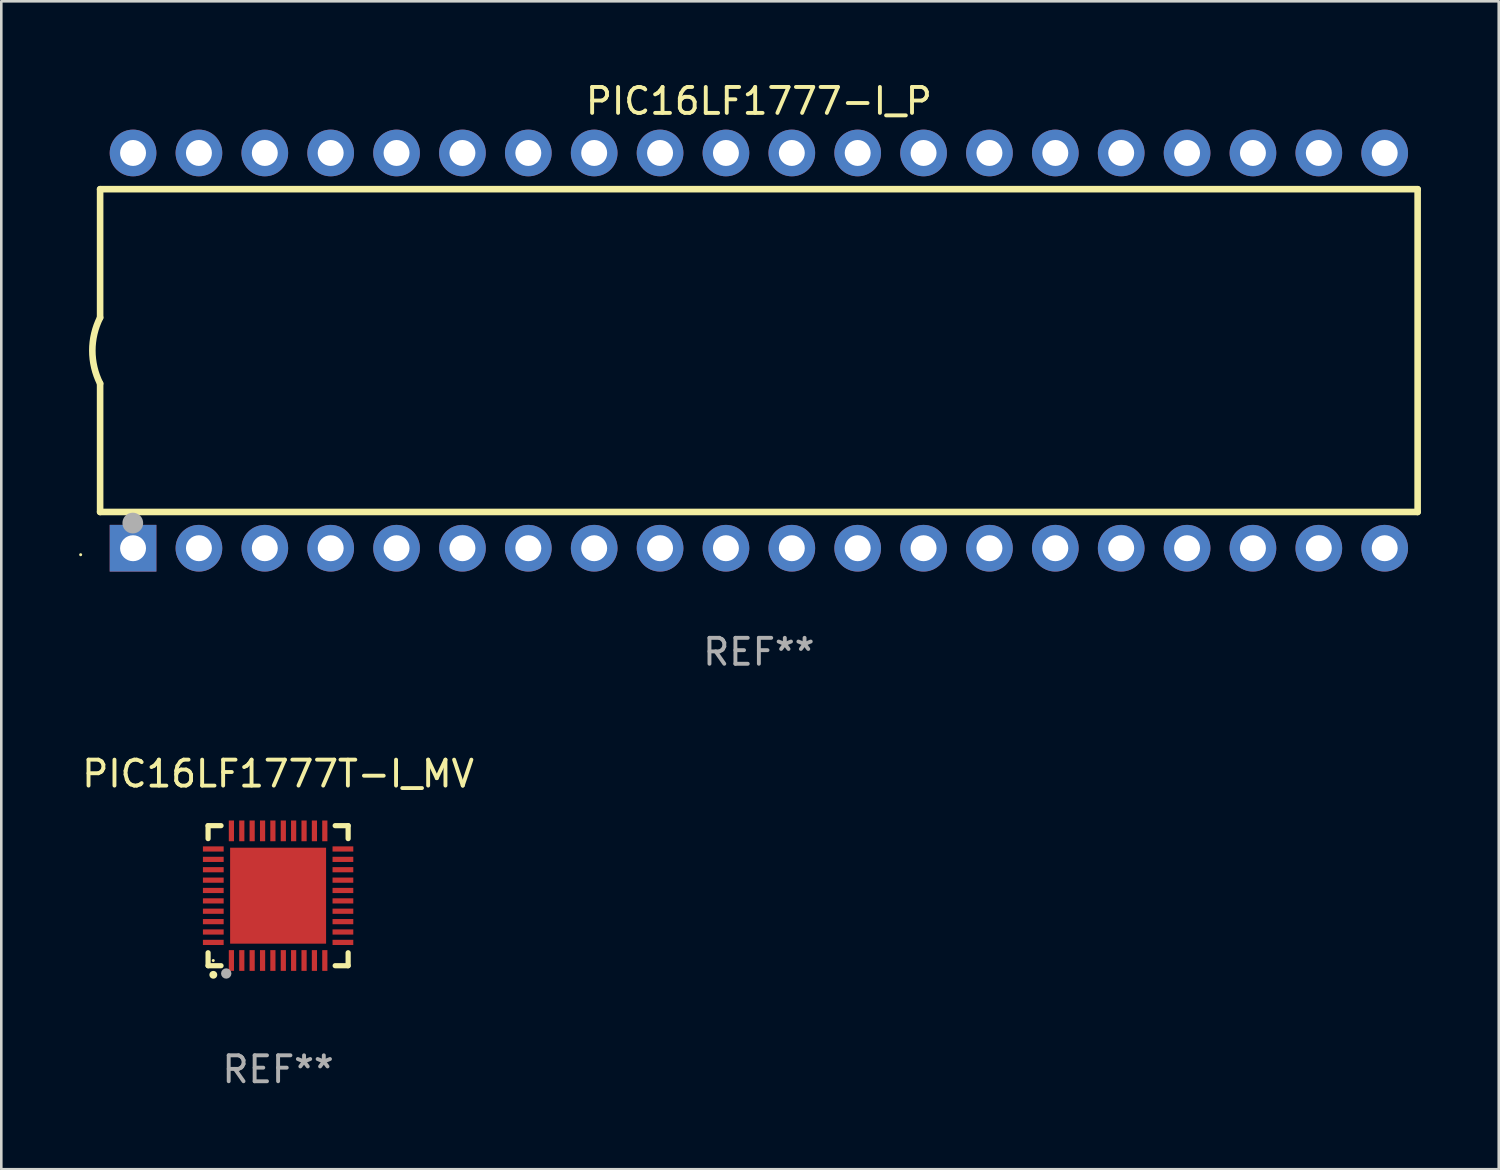
<source format=kicad_pcb>
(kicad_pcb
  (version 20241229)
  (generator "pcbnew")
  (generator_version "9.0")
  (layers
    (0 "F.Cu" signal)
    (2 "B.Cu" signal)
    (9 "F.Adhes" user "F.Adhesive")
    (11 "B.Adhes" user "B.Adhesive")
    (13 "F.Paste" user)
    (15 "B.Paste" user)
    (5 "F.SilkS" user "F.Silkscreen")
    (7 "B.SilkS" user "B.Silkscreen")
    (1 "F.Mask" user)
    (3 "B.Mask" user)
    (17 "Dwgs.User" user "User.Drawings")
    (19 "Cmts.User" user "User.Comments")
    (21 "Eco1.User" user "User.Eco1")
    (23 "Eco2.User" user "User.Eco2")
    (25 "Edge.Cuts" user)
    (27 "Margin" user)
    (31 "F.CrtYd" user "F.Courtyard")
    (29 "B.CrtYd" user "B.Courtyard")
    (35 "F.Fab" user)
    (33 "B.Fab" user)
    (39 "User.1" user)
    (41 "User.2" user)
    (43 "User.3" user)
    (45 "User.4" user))
  (footprint "PIC16LF1777T-I_MV"
    (layer "F.Cu")
    (at 7.673 31.485)
    (property "Reference" "PIC16LF1777T-I_MV" (at 0 -4.7 0) (layer "F.SilkS") (effects (font (size 1 1) (thickness 0.15))))
    (attr through_hole)
    (fp_line (start -2.7 -2.7) (end -2.7 -2.2) (stroke (width 0.2) (type solid)) (layer "F.SilkS"))
    (fp_line (start -2.7 2.7) (end -2.7 2.2) (stroke (width 0.2) (type solid)) (layer "F.SilkS"))
    (fp_line (start -2.2 -2.7) (end -2.7 -2.7) (stroke (width 0.2) (type solid)) (layer "F.SilkS"))
    (fp_line (start -2.2 2.7) (end -2.7 2.7) (stroke (width 0.2) (type solid)) (layer "F.SilkS"))
    (fp_line (start 2.7 -2.7) (end 2.2 -2.7) (stroke (width 0.2) (type solid)) (layer "F.SilkS"))
    (fp_line (start 2.7 -2.2) (end 2.7 -2.7) (stroke (width 0.2) (type solid)) (layer "F.SilkS"))
    (fp_line (start 2.7 2.2) (end 2.7 2.7) (stroke (width 0.2) (type solid)) (layer "F.SilkS"))
    (fp_line (start 2.7 2.7) (end 2.2 2.7) (stroke (width 0.2) (type solid)) (layer "F.SilkS"))
    (fp_arc (start -2.499365 3.050546) (mid -2.498095 3.050541) (end -2.496825 3.050546) (stroke (width 0.3) (type solid)) (layer "F.SilkS"))
    (fp_circle (center -2.5 2.5) (end -2.47 2.5) (stroke (width 0.06) (type solid)) (fill no) (layer "F.SilkS"))
    (fp_circle (center -2 3) (end -1.9 3) (stroke (width 0.2) (type solid)) (fill no) (layer "F.Fab"))
    (fp_text user "REF**" (at 0 6.7 0) (layer "F.Fab") (effects (font (size 1 1) (thickness 0.15))))
    (pad "1" smd rect (at -1.801 2.499) (size 0.2 0.8) (layers "F.Cu" "F.Mask" "F.Paste"))
    (pad "2" smd rect (at -1.4 2.499) (size 0.2 0.8) (layers "F.Cu" "F.Mask" "F.Paste"))
    (pad "3" smd rect (at -1.001 2.499) (size 0.2 0.8) (layers "F.Cu" "F.Mask" "F.Paste"))
    (pad "4" smd rect (at -0.599 2.499) (size 0.2 0.8) (layers "F.Cu" "F.Mask" "F.Paste"))
    (pad "5" smd rect (at -0.201 2.499) (size 0.2 0.8) (layers "F.Cu" "F.Mask" "F.Paste"))
    (pad "6" smd rect (at 0.201 2.499) (size 0.2 0.8) (layers "F.Cu" "F.Mask" "F.Paste"))
    (pad "7" smd rect (at 0.599 2.499) (size 0.2 0.8) (layers "F.Cu" "F.Mask" "F.Paste"))
    (pad "8" smd rect (at 1.001 2.499) (size 0.2 0.8) (layers "F.Cu" "F.Mask" "F.Paste"))
    (pad "9" smd rect (at 1.4 2.499) (size 0.2 0.8) (layers "F.Cu" "F.Mask" "F.Paste"))
    (pad "10" smd rect (at 1.801 2.499) (size 0.2 0.8) (layers "F.Cu" "F.Mask" "F.Paste"))
    (pad "11" smd rect (at 2.499 1.801) (size 0.8 0.2) (layers "F.Cu" "F.Mask" "F.Paste"))
    (pad "12" smd rect (at 2.499 1.4) (size 0.8 0.2) (layers "F.Cu" "F.Mask" "F.Paste"))
    (pad "13" smd rect (at 2.499 1.001) (size 0.8 0.2) (layers "F.Cu" "F.Mask" "F.Paste"))
    (pad "14" smd rect (at 2.499 0.599) (size 0.8 0.2) (layers "F.Cu" "F.Mask" "F.Paste"))
    (pad "15" smd rect (at 2.499 0.201) (size 0.8 0.2) (layers "F.Cu" "F.Mask" "F.Paste"))
    (pad "16" smd rect (at 2.499 -0.201) (size 0.8 0.2) (layers "F.Cu" "F.Mask" "F.Paste"))
    (pad "17" smd rect (at 2.499 -0.599) (size 0.8 0.2) (layers "F.Cu" "F.Mask" "F.Paste"))
    (pad "18" smd rect (at 2.499 -1.001) (size 0.8 0.2) (layers "F.Cu" "F.Mask" "F.Paste"))
    (pad "19" smd rect (at 2.499 -1.4) (size 0.8 0.2) (layers "F.Cu" "F.Mask" "F.Paste"))
    (pad "20" smd rect (at 2.499 -1.801) (size 0.8 0.2) (layers "F.Cu" "F.Mask" "F.Paste"))
    (pad "21" smd rect (at 1.801 -2.499) (size 0.2 0.8) (layers "F.Cu" "F.Mask" "F.Paste"))
    (pad "22" smd rect (at 1.4 -2.499) (size 0.2 0.8) (layers "F.Cu" "F.Mask" "F.Paste"))
    (pad "23" smd rect (at 1.001 -2.499) (size 0.2 0.8) (layers "F.Cu" "F.Mask" "F.Paste"))
    (pad "24" smd rect (at 0.599 -2.499) (size 0.2 0.8) (layers "F.Cu" "F.Mask" "F.Paste"))
    (pad "25" smd rect (at 0.201 -2.499) (size 0.2 0.8) (layers "F.Cu" "F.Mask" "F.Paste"))
    (pad "26" smd rect (at -0.201 -2.499) (size 0.2 0.8) (layers "F.Cu" "F.Mask" "F.Paste"))
    (pad "27" smd rect (at -0.599 -2.499) (size 0.2 0.8) (layers "F.Cu" "F.Mask" "F.Paste"))
    (pad "28" smd rect (at -1.001 -2.499) (size 0.2 0.8) (layers "F.Cu" "F.Mask" "F.Paste"))
    (pad "29" smd rect (at -1.4 -2.499) (size 0.2 0.8) (layers "F.Cu" "F.Mask" "F.Paste"))
    (pad "30" smd rect (at -1.801 -2.499) (size 0.2 0.8) (layers "F.Cu" "F.Mask" "F.Paste"))
    (pad "31" smd rect (at -2.499 -1.801) (size 0.8 0.2) (layers "F.Cu" "F.Mask" "F.Paste"))
    (pad "32" smd rect (at -2.499 -1.4) (size 0.8 0.2) (layers "F.Cu" "F.Mask" "F.Paste"))
    (pad "33" smd rect (at -2.499 -1.001) (size 0.8 0.2) (layers "F.Cu" "F.Mask" "F.Paste"))
    (pad "34" smd rect (at -2.499 -0.599) (size 0.8 0.2) (layers "F.Cu" "F.Mask" "F.Paste"))
    (pad "35" smd rect (at -2.499 -0.201) (size 0.8 0.2) (layers "F.Cu" "F.Mask" "F.Paste"))
    (pad "36" smd rect (at -2.499 0.201) (size 0.8 0.2) (layers "F.Cu" "F.Mask" "F.Paste"))
    (pad "37" smd rect (at -2.499 0.599) (size 0.8 0.2) (layers "F.Cu" "F.Mask" "F.Paste"))
    (pad "38" smd rect (at -2.499 1.001) (size 0.8 0.2) (layers "F.Cu" "F.Mask" "F.Paste"))
    (pad "39" smd rect (at -2.499 1.4) (size 0.8 0.2) (layers "F.Cu" "F.Mask" "F.Paste"))
    (pad "40" smd rect (at -2.499 1.801) (size 0.8 0.2) (layers "F.Cu" "F.Mask" "F.Paste"))
    (pad "41" smd rect (at 0 0) (size 3.7 3.7) (layers "F.Cu" "F.Mask" "F.Paste")))
  (footprint "PIC16LF1777-I_P"
    (layer "F.Cu")
    (at 26.21 10.468)
    (property "Reference" "PIC16LF1777-I_P" (at 0 -9.62 0) (layer "F.SilkS") (effects (font (size 1 1) (thickness 0.15))))
    (attr through_hole)
    (fp_line (start -25.4 -6.224) (end -25.4 -1.271) (stroke (width 0.254) (type solid)) (layer "F.SilkS"))
    (fp_line (start -25.4 -6.224) (end 25.4 -6.224) (stroke (width 0.254) (type solid)) (layer "F.SilkS"))
    (fp_line (start -25.4 1.269) (end -25.4 6.222) (stroke (width 0.254) (type solid)) (layer "F.SilkS"))
    (fp_line (start -25.4 6.222) (end 25.4 6.222) (stroke (width 0.254) (type solid)) (layer "F.SilkS"))
    (fp_line (start 25.4 6.222) (end 25.4 -6.224) (stroke (width 0.254) (type solid)) (layer "F.SilkS"))
    (fp_arc (start -25.4 1.269241) (mid -25.699807 -0.000762) (end -25.4 -1.270765) (stroke (width 0.254001) (type solid)) (layer "F.SilkS"))
    (fp_circle (center -26.15 7.87) (end -26.12 7.87) (stroke (width 0.06) (type solid)) (fill no) (layer "F.SilkS"))
    (fp_circle (center -24.14 6.65) (end -23.94 6.65) (stroke (width 0.4) (type solid)) (fill no) (layer "F.Fab"))
    (fp_text user "REF**" (at 0 11.62 0) (layer "F.Fab") (effects (font (size 1 1) (thickness 0.15))))
    (pad "1" thru_hole rect (at -24.13 7.62 90) (size 1.8 1.8) (drill 1) (layers "*.Cu" "*.Mask"))
    (pad "2" thru_hole circle (at -21.59 7.62) (size 1.8 1.8) (drill 1) (layers "*.Cu" "*.Mask"))
    (pad "3" thru_hole circle (at -19.05 7.62) (size 1.8 1.8) (drill 1) (layers "*.Cu" "*.Mask"))
    (pad "4" thru_hole circle (at -16.51 7.62) (size 1.8 1.8) (drill 1) (layers "*.Cu" "*.Mask"))
    (pad "5" thru_hole circle (at -13.97 7.62) (size 1.8 1.8) (drill 1) (layers "*.Cu" "*.Mask"))
    (pad "6" thru_hole circle (at -11.43 7.62) (size 1.8 1.8) (drill 1) (layers "*.Cu" "*.Mask"))
    (pad "7" thru_hole circle (at -8.89 7.62) (size 1.8 1.8) (drill 1) (layers "*.Cu" "*.Mask"))
    (pad "8" thru_hole circle (at -6.35 7.62) (size 1.8 1.8) (drill 1) (layers "*.Cu" "*.Mask"))
    (pad "9" thru_hole circle (at -3.81 7.62) (size 1.8 1.8) (drill 1) (layers "*.Cu" "*.Mask"))
    (pad "10" thru_hole circle (at -1.27 7.62) (size 1.8 1.8) (drill 1) (layers "*.Cu" "*.Mask"))
    (pad "11" thru_hole circle (at 1.27 7.62) (size 1.8 1.8) (drill 1) (layers "*.Cu" "*.Mask"))
    (pad "12" thru_hole circle (at 3.81 7.62) (size 1.8 1.8) (drill 1) (layers "*.Cu" "*.Mask"))
    (pad "13" thru_hole circle (at 6.35 7.62) (size 1.8 1.8) (drill 1) (layers "*.Cu" "*.Mask"))
    (pad "14" thru_hole circle (at 8.89 7.62) (size 1.8 1.8) (drill 1) (layers "*.Cu" "*.Mask"))
    (pad "15" thru_hole circle (at 11.43 7.62) (size 1.8 1.8) (drill 1) (layers "*.Cu" "*.Mask"))
    (pad "16" thru_hole circle (at 13.97 7.62) (size 1.8 1.8) (drill 1) (layers "*.Cu" "*.Mask"))
    (pad "17" thru_hole circle (at 16.51 7.62) (size 1.8 1.8) (drill 1) (layers "*.Cu" "*.Mask"))
    (pad "18" thru_hole circle (at 19.05 7.62) (size 1.8 1.8) (drill 1) (layers "*.Cu" "*.Mask"))
    (pad "19" thru_hole circle (at 21.59 7.62) (size 1.8 1.8) (drill 1) (layers "*.Cu" "*.Mask"))
    (pad "20" thru_hole circle (at 24.13 7.62) (size 1.8 1.8) (drill 1) (layers "*.Cu" "*.Mask"))
    (pad "21" thru_hole circle (at 24.13 -7.62) (size 1.8 1.8) (drill 1) (layers "*.Cu" "*.Mask"))
    (pad "22" thru_hole circle (at 21.59 -7.62) (size 1.8 1.8) (drill 1) (layers "*.Cu" "*.Mask"))
    (pad "23" thru_hole circle (at 19.05 -7.62) (size 1.8 1.8) (drill 1) (layers "*.Cu" "*.Mask"))
    (pad "24" thru_hole circle (at 16.51 -7.62) (size 1.8 1.8) (drill 1) (layers "*.Cu" "*.Mask"))
    (pad "25" thru_hole circle (at 13.97 -7.62) (size 1.8 1.8) (drill 1) (layers "*.Cu" "*.Mask"))
    (pad "26" thru_hole circle (at 11.43 -7.62) (size 1.8 1.8) (drill 1) (layers "*.Cu" "*.Mask"))
    (pad "27" thru_hole circle (at 8.89 -7.62) (size 1.8 1.8) (drill 1) (layers "*.Cu" "*.Mask"))
    (pad "28" thru_hole circle (at 6.35 -7.62) (size 1.8 1.8) (drill 1) (layers "*.Cu" "*.Mask"))
    (pad "29" thru_hole circle (at 3.81 -7.62) (size 1.8 1.8) (drill 1) (layers "*.Cu" "*.Mask"))
    (pad "30" thru_hole circle (at 1.27 -7.62) (size 1.8 1.8) (drill 1) (layers "*.Cu" "*.Mask"))
    (pad "31" thru_hole circle (at -1.27 -7.62) (size 1.8 1.8) (drill 1) (layers "*.Cu" "*.Mask"))
    (pad "32" thru_hole circle (at -3.81 -7.62) (size 1.8 1.8) (drill 1) (layers "*.Cu" "*.Mask"))
    (pad "33" thru_hole circle (at -6.35 -7.62) (size 1.8 1.8) (drill 1) (layers "*.Cu" "*.Mask"))
    (pad "34" thru_hole circle (at -8.89 -7.62) (size 1.8 1.8) (drill 1) (layers "*.Cu" "*.Mask"))
    (pad "35" thru_hole circle (at -11.43 -7.62) (size 1.8 1.8) (drill 1) (layers "*.Cu" "*.Mask"))
    (pad "36" thru_hole circle (at -13.97 -7.62) (size 1.8 1.8) (drill 1) (layers "*.Cu" "*.Mask"))
    (pad "37" thru_hole circle (at -16.51 -7.62) (size 1.8 1.8) (drill 1) (layers "*.Cu" "*.Mask"))
    (pad "38" thru_hole circle (at -19.05 -7.62) (size 1.8 1.8) (drill 1) (layers "*.Cu" "*.Mask"))
    (pad "39" thru_hole circle (at -21.59 -7.62) (size 1.8 1.8) (drill 1) (layers "*.Cu" "*.Mask"))
    (pad "40" thru_hole circle (at -24.13 -7.62) (size 1.8 1.8) (drill 1) (layers "*.Cu" "*.Mask")))
  (gr_rect
    (start -3 -3)
    (end 54.737 42.033)
    (stroke (width 0.1) (type default))
    (fill no)
    (layer "Edge.Cuts")))
</source>
